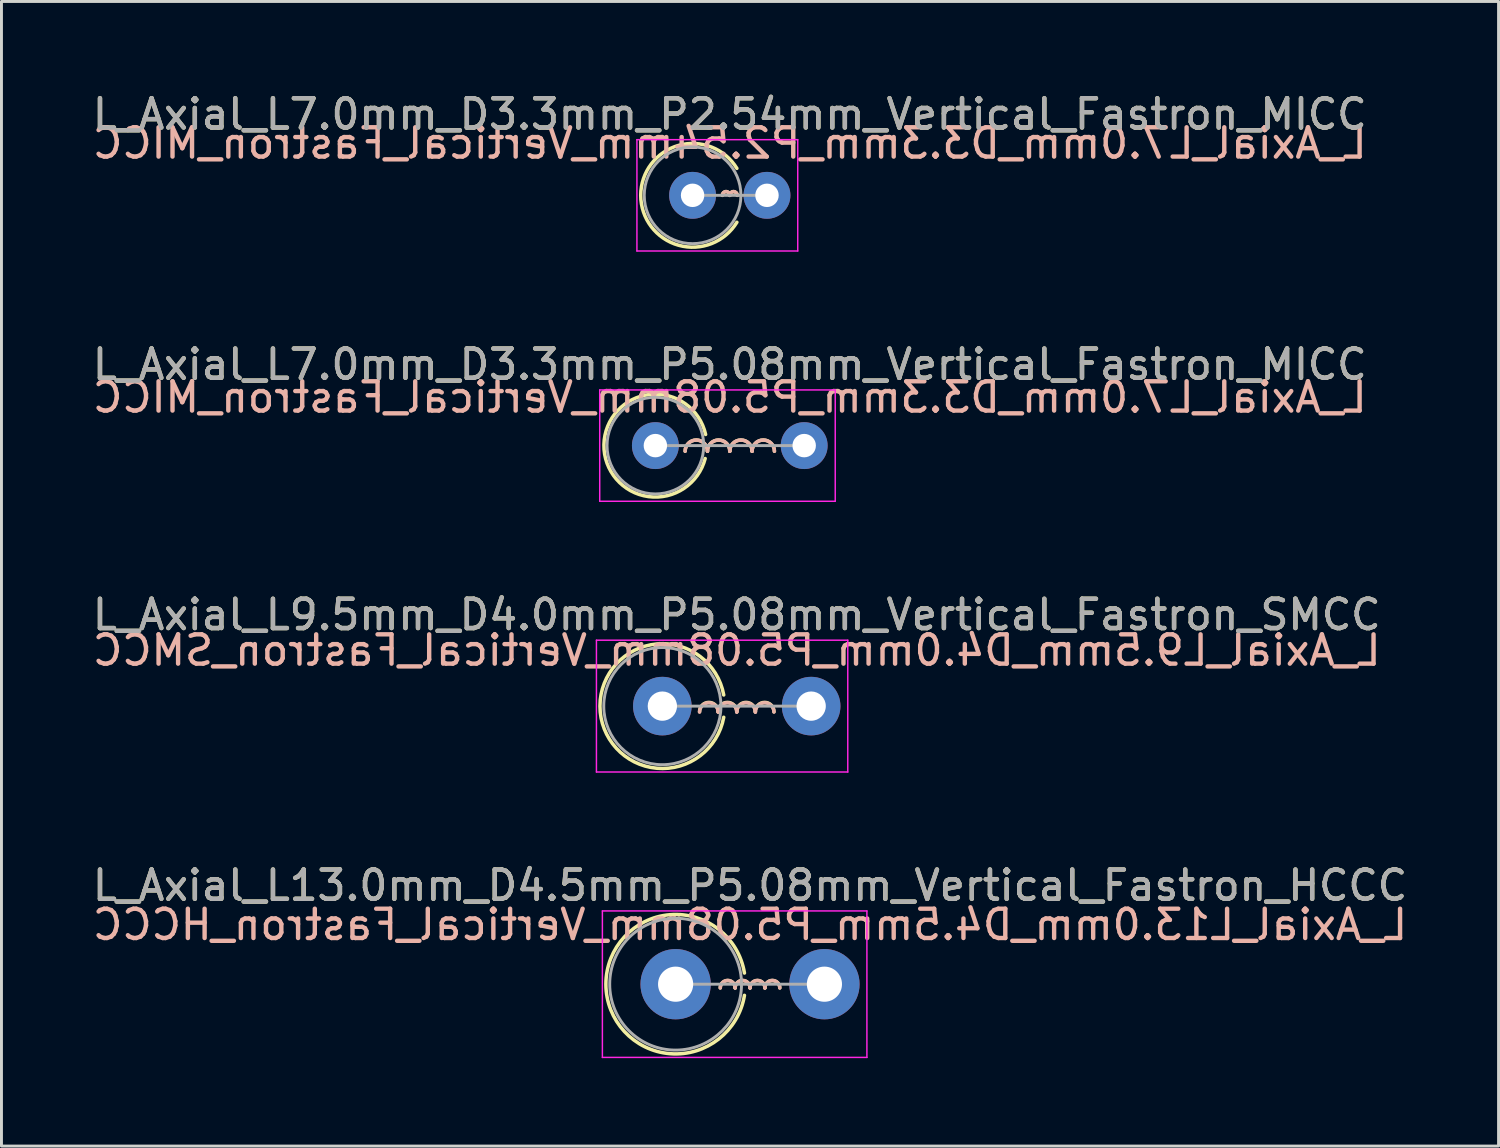
<source format=kicad_pcb>
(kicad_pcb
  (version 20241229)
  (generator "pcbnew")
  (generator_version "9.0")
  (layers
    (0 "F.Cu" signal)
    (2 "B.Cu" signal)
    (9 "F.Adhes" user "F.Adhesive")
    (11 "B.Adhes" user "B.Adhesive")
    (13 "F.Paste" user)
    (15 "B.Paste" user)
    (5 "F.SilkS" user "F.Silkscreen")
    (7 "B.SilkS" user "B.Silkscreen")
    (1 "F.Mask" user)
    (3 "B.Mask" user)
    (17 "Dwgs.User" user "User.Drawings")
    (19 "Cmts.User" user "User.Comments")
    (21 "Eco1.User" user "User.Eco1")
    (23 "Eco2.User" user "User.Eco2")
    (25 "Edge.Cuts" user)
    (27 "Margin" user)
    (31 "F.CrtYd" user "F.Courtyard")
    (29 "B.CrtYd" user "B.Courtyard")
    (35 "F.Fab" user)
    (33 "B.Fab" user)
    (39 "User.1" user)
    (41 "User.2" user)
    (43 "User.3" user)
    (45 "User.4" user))
  (footprint "L_Axial_L13.0mm_D4.5mm_P5.08mm_Vertical_Fastron_HCCC"
    (layer "F.Cu")
    (at 20.014 30.548)
    (property "Reference" "L_Axial_L13.0mm_D4.5mm_P5.08mm_Vertical_Fastron_HCCC" (at 2.54 -3.37 0) (layer "F.SilkS") (effects (font (size 1 1) (thickness 0.15))))
    (fp_arc (start 1.524 0.127) (mid 1.778 -0.127) (end 2.032 0.127) (stroke (width 0.12) (type solid)) (layer "F.SilkS"))
    (fp_arc (start 2.032 0.127) (mid 2.286 -0.127) (end 2.54 0.127) (stroke (width 0.12) (type solid)) (layer "F.SilkS"))
    (fp_arc (start 2.3495 0.381) (mid -2.380191 0) (end 2.3495 -0.381) (stroke (width 0.12) (type solid)) (layer "F.SilkS"))
    (fp_arc (start 2.54 0.127) (mid 2.794 -0.127) (end 3.048 0.127) (stroke (width 0.12) (type solid)) (layer "F.SilkS"))
    (fp_arc (start 3.048 0.127) (mid 3.302 -0.127) (end 3.556 0.127) (stroke (width 0.12) (type solid)) (layer "F.SilkS"))
    (fp_arc (start 1.524 0.127) (mid 1.778 -0.127) (end 2.032 0.127) (stroke (width 0.12) (type solid)) (layer "B.SilkS"))
    (fp_arc (start 2.032 0.127) (mid 2.286 -0.127) (end 2.54 0.127) (stroke (width 0.12) (type solid)) (layer "B.SilkS"))
    (fp_arc (start 2.54 0.127) (mid 2.794 -0.127) (end 3.048 0.127) (stroke (width 0.12) (type solid)) (layer "B.SilkS"))
    (fp_arc (start 3.048 0.127) (mid 3.302 -0.127) (end 3.556 0.127) (stroke (width 0.12) (type solid)) (layer "B.SilkS"))
    (fp_line (start -2.5 -2.5) (end -2.5 2.5) (stroke (width 0.05) (type solid)) (layer "F.CrtYd"))
    (fp_line (start -2.5 2.5) (end 6.53 2.5) (stroke (width 0.05) (type solid)) (layer "F.CrtYd"))
    (fp_line (start 6.53 -2.5) (end -2.5 -2.5) (stroke (width 0.05) (type solid)) (layer "F.CrtYd"))
    (fp_line (start 6.53 2.5) (end 6.53 -2.5) (stroke (width 0.05) (type solid)) (layer "F.CrtYd"))
    (fp_line (start 0 0) (end 5.08 0) (stroke (width 0.1) (type solid)) (layer "F.Fab"))
    (fp_circle (center 0 0) (end 2.25 0) (stroke (width 0.1) (type solid)) (fill no) (layer "F.Fab"))
    (fp_text user "${REFERENCE}" (at 2.54 -2.032 0) (layer "B.SilkS") (effects (font (size 1 1) (thickness 0.15)) (justify mirror)))
    (fp_text user "${REFERENCE}" (at 2.54 -3.37 0) (layer "F.Fab") (effects (font (size 1 1) (thickness 0.15))))
    (pad "1" thru_hole circle (at 0 0) (size 2.4 2.4) (drill 1.2) (layers "*.Cu" "*.Mask"))
    (pad "2" thru_hole oval (at 5.08 0) (size 2.4 2.4) (drill 1.2) (layers "*.Cu" "*.Mask")))
  (footprint "L_Axial_L7.0mm_D3.3mm_P5.08mm_Vertical_Fastron_MICC"
    (layer "F.Cu")
    (at 19.323 12.162)
    (property "Reference" "L_Axial_L7.0mm_D3.3mm_P5.08mm_Vertical_Fastron_MICC" (at 2.54 -2.77 0) (layer "F.SilkS") (effects (font (size 1 1) (thickness 0.15))))
    (fp_arc (start 1.016 0.1905) (mid 1.397 -0.1905) (end 1.778 0.1905) (stroke (width 0.12) (type solid)) (layer "F.SilkS"))
    (fp_arc (start 1.700115 0.440771) (mid -1.756054 -0.030739) (end 1.7145 -0.381) (stroke (width 0.12) (type solid)) (layer "F.SilkS"))
    (fp_arc (start 1.778 0.1905) (mid 2.159 -0.1905) (end 2.54 0.1905) (stroke (width 0.12) (type solid)) (layer "F.SilkS"))
    (fp_arc (start 2.54 0.1905) (mid 2.921 -0.1905) (end 3.302 0.1905) (stroke (width 0.12) (type solid)) (layer "F.SilkS"))
    (fp_arc (start 3.302 0.1905) (mid 3.683 -0.1905) (end 4.064 0.1905) (stroke (width 0.12) (type solid)) (layer "F.SilkS"))
    (fp_arc (start 1.016 0.1905) (mid 1.397 -0.1905) (end 1.778 0.1905) (stroke (width 0.12) (type solid)) (layer "B.SilkS"))
    (fp_arc (start 1.778 0.1905) (mid 2.159 -0.1905) (end 2.54 0.1905) (stroke (width 0.12) (type solid)) (layer "B.SilkS"))
    (fp_arc (start 2.54 0.1905) (mid 2.921 -0.1905) (end 3.302 0.1905) (stroke (width 0.12) (type solid)) (layer "B.SilkS"))
    (fp_arc (start 3.302 0.1905) (mid 3.683 -0.1905) (end 4.064 0.1905) (stroke (width 0.12) (type solid)) (layer "B.SilkS"))
    (fp_line (start -1.9 -1.9) (end -1.9 1.9) (stroke (width 0.05) (type solid)) (layer "F.CrtYd"))
    (fp_line (start -1.9 1.9) (end 6.14 1.9) (stroke (width 0.05) (type solid)) (layer "F.CrtYd"))
    (fp_line (start 6.14 -1.9) (end -1.9 -1.9) (stroke (width 0.05) (type solid)) (layer "F.CrtYd"))
    (fp_line (start 6.14 1.9) (end 6.14 -1.9) (stroke (width 0.05) (type solid)) (layer "F.CrtYd"))
    (fp_line (start 0 0) (end 5.08 0) (stroke (width 0.1) (type solid)) (layer "F.Fab"))
    (fp_circle (center 0 0) (end 1.65 0) (stroke (width 0.1) (type solid)) (fill no) (layer "F.Fab"))
    (fp_text user "${REFERENCE}" (at 2.54 -1.651 0) (layer "B.SilkS") (effects (font (size 1 1) (thickness 0.15)) (justify mirror)))
    (fp_text user "${REFERENCE}" (at 2.54 -2.77 0) (layer "F.Fab") (effects (font (size 1 1) (thickness 0.15))))
    (pad "1" thru_hole circle (at 0 0) (size 1.6 1.6) (drill 0.8) (layers "*.Cu" "*.Mask"))
    (pad "2" thru_hole oval (at 5.08 0) (size 1.6 1.6) (drill 0.8) (layers "*.Cu" "*.Mask")))
  (footprint "L_Axial_L7.0mm_D3.3mm_P2.54mm_Vertical_Fastron_MICC"
    (layer "F.Cu")
    (at 20.593 3.618)
    (property "Reference" "L_Axial_L7.0mm_D3.3mm_P2.54mm_Vertical_Fastron_MICC" (at 1.27 -2.77 0) (layer "F.SilkS") (effects (font (size 1 1) (thickness 0.15))))
    (fp_arc (start 1.016 0) (mid 1.143 -0.127) (end 1.27 0) (stroke (width 0.12) (type solid)) (layer "F.SilkS"))
    (fp_arc (start 1.27 0) (mid 1.397 -0.127) (end 1.524 0) (stroke (width 0.12) (type solid)) (layer "F.SilkS"))
    (fp_arc (start 1.512118 0.92) (mid -1.77 0) (end 1.512118 -0.92) (stroke (width 0.12) (type solid)) (layer "F.SilkS"))
    (fp_arc (start 1.016 0) (mid 1.143 -0.127) (end 1.27 0) (stroke (width 0.12) (type solid)) (layer "B.SilkS"))
    (fp_arc (start 1.27 0) (mid 1.397 -0.127) (end 1.524 0) (stroke (width 0.12) (type solid)) (layer "B.SilkS"))
    (fp_line (start -1.9 -1.9) (end -1.9 1.9) (stroke (width 0.05) (type solid)) (layer "F.CrtYd"))
    (fp_line (start -1.9 1.9) (end 3.59 1.9) (stroke (width 0.05) (type solid)) (layer "F.CrtYd"))
    (fp_line (start 3.59 -1.9) (end -1.9 -1.9) (stroke (width 0.05) (type solid)) (layer "F.CrtYd"))
    (fp_line (start 3.59 1.9) (end 3.59 -1.9) (stroke (width 0.05) (type solid)) (layer "F.CrtYd"))
    (fp_line (start 0 0) (end 2.54 0) (stroke (width 0.1) (type solid)) (layer "F.Fab"))
    (fp_circle (center 0 0) (end 1.65 0) (stroke (width 0.1) (type solid)) (fill no) (layer "F.Fab"))
    (fp_text user "${REFERENCE}" (at 1.27 -1.778 0) (layer "B.SilkS") (effects (font (size 1 1) (thickness 0.15)) (justify mirror)))
    (fp_text user "${REFERENCE}" (at 1.27 -2.77 0) (layer "F.Fab") (effects (font (size 1 1) (thickness 0.15))))
    (pad "1" thru_hole circle (at 0 0) (size 1.6 1.6) (drill 0.8) (layers "*.Cu" "*.Mask"))
    (pad "2" thru_hole oval (at 2.54 0) (size 1.6 1.6) (drill 0.8) (layers "*.Cu" "*.Mask")))
  (footprint "L_Axial_L9.5mm_D4.0mm_P5.08mm_Vertical_Fastron_SMCC"
    (layer "F.Cu")
    (at 19.561 21.055)
    (property "Reference" "L_Axial_L9.5mm_D4.0mm_P5.08mm_Vertical_Fastron_SMCC" (at 2.54 -3.12 0) (layer "F.SilkS") (effects (font (size 1 1) (thickness 0.15))))
    (fp_arc (start 1.27 0.1905) (mid 1.5875 -0.127) (end 1.905 0.1905) (stroke (width 0.12) (type solid)) (layer "F.SilkS"))
    (fp_arc (start 1.905 0.1905) (mid 2.2225 -0.127) (end 2.54 0.1905) (stroke (width 0.12) (type solid)) (layer "F.SilkS"))
    (fp_arc (start 2.0955 0.381) (mid -2.129855 0) (end 2.0955 -0.381) (stroke (width 0.12) (type solid)) (layer "F.SilkS"))
    (fp_arc (start 2.54 0.1905) (mid 2.8575 -0.127) (end 3.175 0.1905) (stroke (width 0.12) (type solid)) (layer "F.SilkS"))
    (fp_arc (start 3.175 0.1905) (mid 3.4925 -0.127) (end 3.81 0.1905) (stroke (width 0.12) (type solid)) (layer "F.SilkS"))
    (fp_arc (start 1.27 0.2032) (mid 1.5875 -0.1143) (end 1.905 0.2032) (stroke (width 0.12) (type solid)) (layer "B.SilkS"))
    (fp_arc (start 1.905 0.2032) (mid 2.2225 -0.1143) (end 2.54 0.2032) (stroke (width 0.12) (type solid)) (layer "B.SilkS"))
    (fp_arc (start 2.54 0.2032) (mid 2.8575 -0.1143) (end 3.175 0.2032) (stroke (width 0.12) (type solid)) (layer "B.SilkS"))
    (fp_arc (start 3.175 0.2032) (mid 3.4925 -0.1143) (end 3.81 0.2032) (stroke (width 0.12) (type solid)) (layer "B.SilkS"))
    (fp_line (start -2.25 -2.25) (end -2.25 2.25) (stroke (width 0.05) (type solid)) (layer "F.CrtYd"))
    (fp_line (start -2.25 2.25) (end 6.33 2.25) (stroke (width 0.05) (type solid)) (layer "F.CrtYd"))
    (fp_line (start 6.33 -2.25) (end -2.25 -2.25) (stroke (width 0.05) (type solid)) (layer "F.CrtYd"))
    (fp_line (start 6.33 2.25) (end 6.33 -2.25) (stroke (width 0.05) (type solid)) (layer "F.CrtYd"))
    (fp_line (start 0 0) (end 5.08 0) (stroke (width 0.1) (type solid)) (layer "F.Fab"))
    (fp_circle (center 0 0) (end 2 0) (stroke (width 0.1) (type solid)) (fill no) (layer "F.Fab"))
    (fp_text user "${REFERENCE}" (at 2.54 -1.905 0) (layer "B.SilkS") (effects (font (size 1 1) (thickness 0.15)) (justify mirror)))
    (fp_text user "${REFERENCE}" (at 2.54 -3.12 0) (layer "F.Fab") (effects (font (size 1 1) (thickness 0.15))))
    (pad "1" thru_hole circle (at 0 0) (size 2 2) (drill 1) (layers "*.Cu" "*.Mask"))
    (pad "2" thru_hole oval (at 5.08 0) (size 2 2) (drill 1) (layers "*.Cu" "*.Mask")))
  (gr_rect
    (start -3 -3)
    (end 48.107 36.073)
    (stroke (width 0.1) (type default))
    (fill no)
    (layer "Edge.Cuts")))
</source>
